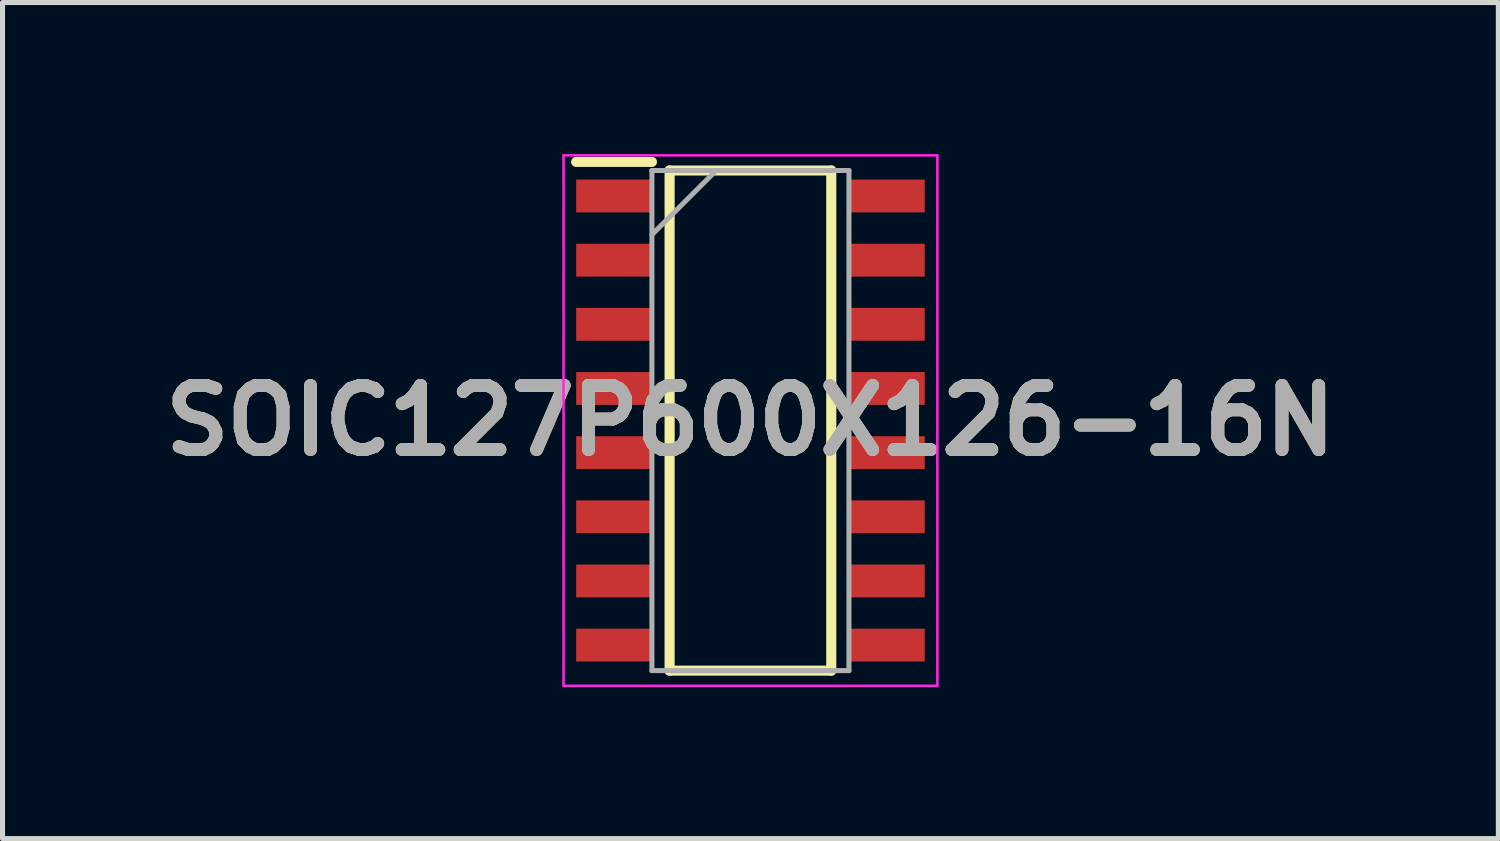
<source format=kicad_pcb>
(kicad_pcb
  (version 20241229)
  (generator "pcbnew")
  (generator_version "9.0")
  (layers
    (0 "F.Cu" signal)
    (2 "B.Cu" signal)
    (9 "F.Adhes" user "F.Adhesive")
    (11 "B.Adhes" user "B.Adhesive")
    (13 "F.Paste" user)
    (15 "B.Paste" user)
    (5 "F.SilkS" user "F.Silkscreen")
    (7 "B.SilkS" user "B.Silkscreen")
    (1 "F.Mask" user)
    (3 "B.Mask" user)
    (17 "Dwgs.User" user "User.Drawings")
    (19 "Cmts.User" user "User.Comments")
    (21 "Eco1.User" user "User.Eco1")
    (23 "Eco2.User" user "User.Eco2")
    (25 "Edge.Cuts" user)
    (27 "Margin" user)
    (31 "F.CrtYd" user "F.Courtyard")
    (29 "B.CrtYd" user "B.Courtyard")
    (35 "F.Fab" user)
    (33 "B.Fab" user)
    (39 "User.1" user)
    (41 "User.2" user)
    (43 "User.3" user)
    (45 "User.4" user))
  (footprint "SOIC127P600X126-16N"
    (layer "F.Cu")
    (at 11.805 5.275)
    (property "Reference" "SOIC127P600X126-16N" (at 0 0 0) (layer "F.SilkS") (effects (font (size 1.27 1.27) (thickness 0.254))))
    (attr smd)
    (fp_line (start -3.45 -5.12) (end -1.95 -5.12) (stroke (width 0.2) (type solid)) (layer "F.SilkS"))
    (fp_line (start -1.6 -4.95) (end 1.6 -4.95) (stroke (width 0.2) (type solid)) (layer "F.SilkS"))
    (fp_line (start -1.6 4.95) (end -1.6 -4.95) (stroke (width 0.2) (type solid)) (layer "F.SilkS"))
    (fp_line (start 1.6 -4.95) (end 1.6 4.95) (stroke (width 0.2) (type solid)) (layer "F.SilkS"))
    (fp_line (start 1.6 4.95) (end -1.6 4.95) (stroke (width 0.2) (type solid)) (layer "F.SilkS"))
    (fp_line (start -3.7 -5.25) (end 3.7 -5.25) (stroke (width 0.05) (type solid)) (layer "F.CrtYd"))
    (fp_line (start -3.7 5.25) (end -3.7 -5.25) (stroke (width 0.05) (type solid)) (layer "F.CrtYd"))
    (fp_line (start 3.7 -5.25) (end 3.7 5.25) (stroke (width 0.05) (type solid)) (layer "F.CrtYd"))
    (fp_line (start 3.7 5.25) (end -3.7 5.25) (stroke (width 0.05) (type solid)) (layer "F.CrtYd"))
    (fp_line (start -1.95 -4.95) (end 1.95 -4.95) (stroke (width 0.1) (type solid)) (layer "F.Fab"))
    (fp_line (start -1.95 -3.68) (end -0.68 -4.95) (stroke (width 0.1) (type solid)) (layer "F.Fab"))
    (fp_line (start -1.95 4.95) (end -1.95 -4.95) (stroke (width 0.1) (type solid)) (layer "F.Fab"))
    (fp_line (start 1.95 -4.95) (end 1.95 4.95) (stroke (width 0.1) (type solid)) (layer "F.Fab"))
    (fp_line (start 1.95 4.95) (end -1.95 4.95) (stroke (width 0.1) (type solid)) (layer "F.Fab"))
    (fp_text user "${REFERENCE}" (at 0 0 0) (layer "F.Fab") (effects (font (size 1.27 1.27) (thickness 0.254))))
    (pad "1" smd rect (at -2.7 -4.445 90) (size 0.65 1.5) (layers "F.Cu" "F.Mask" "F.Paste"))
    (pad "2" smd rect (at -2.7 -3.175 90) (size 0.65 1.5) (layers "F.Cu" "F.Mask" "F.Paste"))
    (pad "3" smd rect (at -2.7 -1.905 90) (size 0.65 1.5) (layers "F.Cu" "F.Mask" "F.Paste"))
    (pad "4" smd rect (at -2.7 -0.635 90) (size 0.65 1.5) (layers "F.Cu" "F.Mask" "F.Paste"))
    (pad "5" smd rect (at -2.7 0.635 90) (size 0.65 1.5) (layers "F.Cu" "F.Mask" "F.Paste"))
    (pad "6" smd rect (at -2.7 1.905 90) (size 0.65 1.5) (layers "F.Cu" "F.Mask" "F.Paste"))
    (pad "7" smd rect (at -2.7 3.175 90) (size 0.65 1.5) (layers "F.Cu" "F.Mask" "F.Paste"))
    (pad "8" smd rect (at -2.7 4.445 90) (size 0.65 1.5) (layers "F.Cu" "F.Mask" "F.Paste"))
    (pad "9" smd rect (at 2.7 4.445 90) (size 0.65 1.5) (layers "F.Cu" "F.Mask" "F.Paste"))
    (pad "10" smd rect (at 2.7 3.175 90) (size 0.65 1.5) (layers "F.Cu" "F.Mask" "F.Paste"))
    (pad "11" smd rect (at 2.7 1.905 90) (size 0.65 1.5) (layers "F.Cu" "F.Mask" "F.Paste"))
    (pad "12" smd rect (at 2.7 0.635 90) (size 0.65 1.5) (layers "F.Cu" "F.Mask" "F.Paste"))
    (pad "13" smd rect (at 2.7 -0.635 90) (size 0.65 1.5) (layers "F.Cu" "F.Mask" "F.Paste"))
    (pad "14" smd rect (at 2.7 -1.905 90) (size 0.65 1.5) (layers "F.Cu" "F.Mask" "F.Paste"))
    (pad "15" smd rect (at 2.7 -3.175 90) (size 0.65 1.5) (layers "F.Cu" "F.Mask" "F.Paste"))
    (pad "16" smd rect (at 2.7 -4.445 90) (size 0.65 1.5) (layers "F.Cu" "F.Mask" "F.Paste")))
  (gr_rect
    (start -3 -3)
    (end 26.61 13.55)
    (stroke (width 0.1) (type default))
    (fill no)
    (layer "Edge.Cuts")))
</source>
